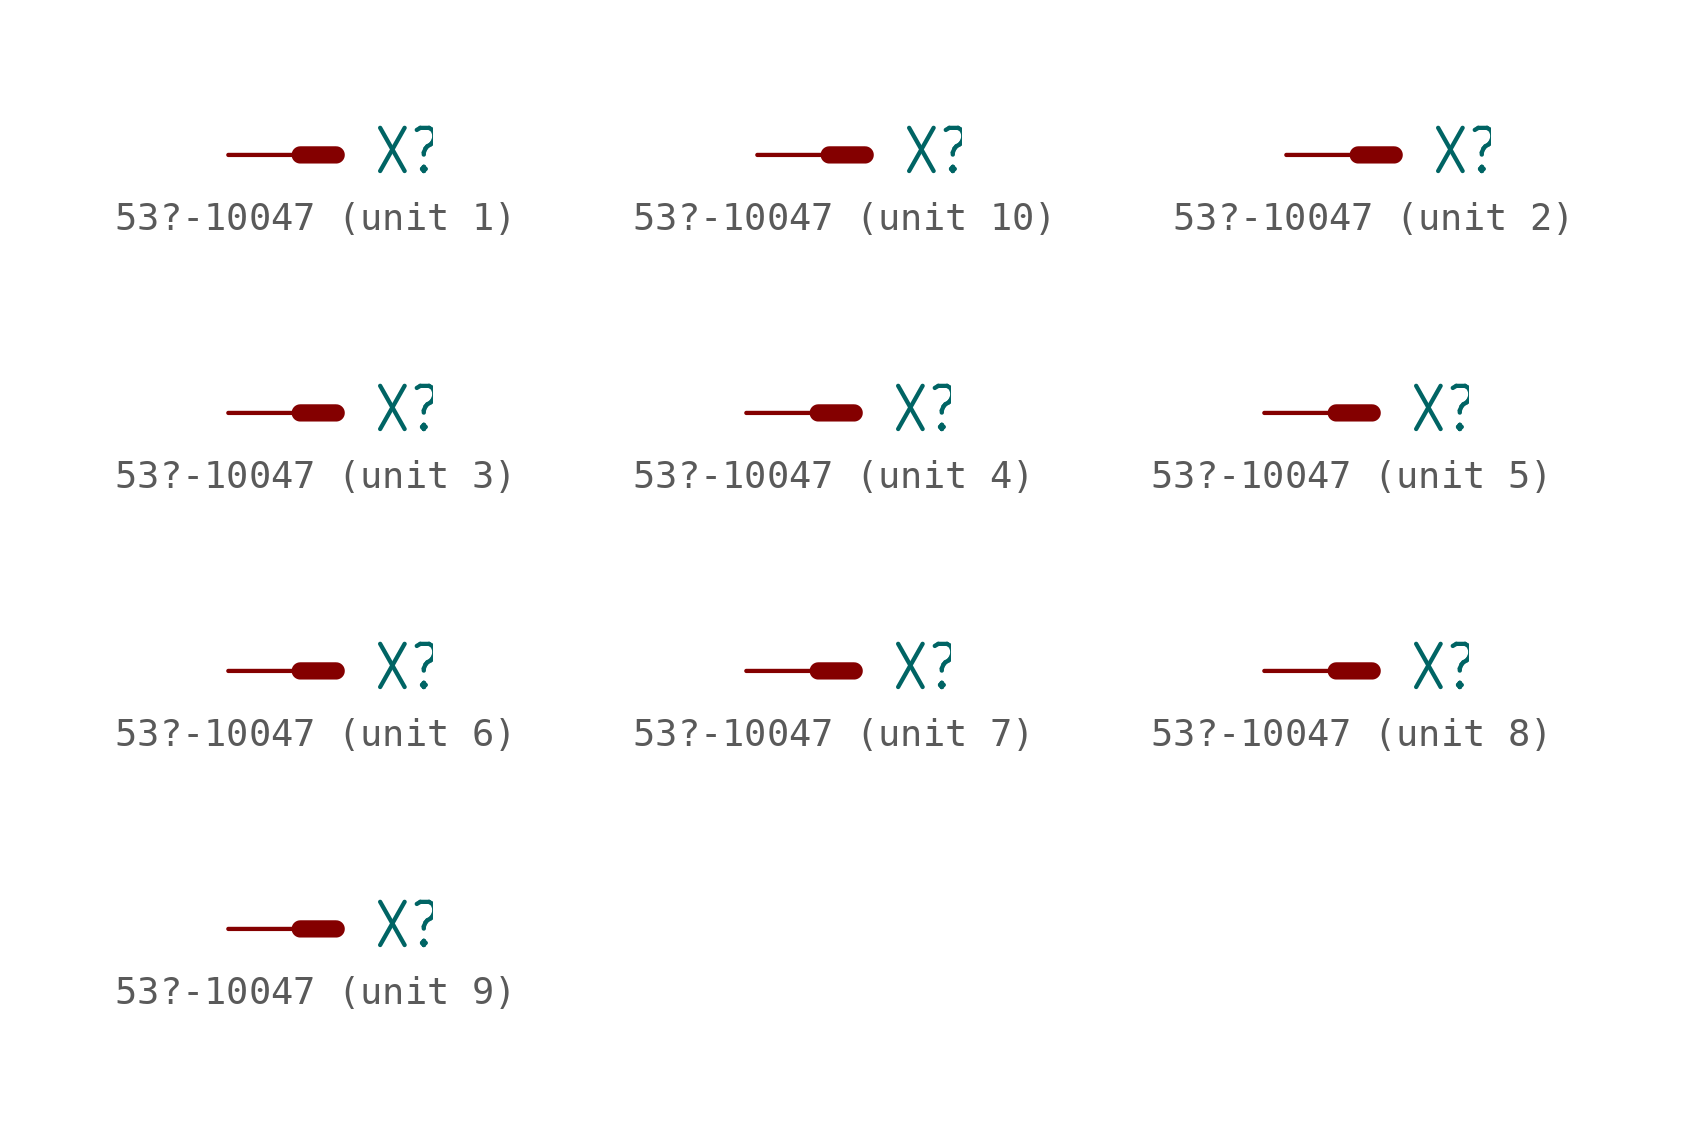
<source format=kicad_sym>
(kicad_symbol_lib
  (version 20211014)
  (generator kicad_symbol_editor)
  (symbol "53?-10047"
    (property "Reference" "X"
      (at 2.54 -0.762 0)
      (effects (font (size 1.524 1.295)) (justify left bottom)))
    (property "ki_locked" ""
      (at 0 0 0)
      (effects (font (size 1.27 1.27))))
    (symbol "53?-10047_1_0"
      (polyline (pts (xy 1.27 0) (xy 0 0)) (stroke (width 0.61) (type default) (color 0 0 0 0)) (fill (type none)))
      (pin passive line (at -2.54 0 0) (length 2.54) (name "S" (effects (font (size 0 0)))) (number "1" (effects (font (size 0 0))))))
    (symbol "53?-10047_2_0"
      (polyline (pts (xy 1.27 0) (xy 0 0)) (stroke (width 0.61) (type default) (color 0 0 0 0)) (fill (type none)))
      (pin passive line (at -2.54 0 0) (length 2.54) (name "S" (effects (font (size 0 0)))) (number "2" (effects (font (size 0 0))))))
    (symbol "53?-10047_3_0"
      (polyline (pts (xy 1.27 0) (xy 0 0)) (stroke (width 0.61) (type default) (color 0 0 0 0)) (fill (type none)))
      (pin passive line (at -2.54 0 0) (length 2.54) (name "S" (effects (font (size 0 0)))) (number "3" (effects (font (size 0 0))))))
    (symbol "53?-10047_4_0"
      (polyline (pts (xy 1.27 0) (xy 0 0)) (stroke (width 0.61) (type default) (color 0 0 0 0)) (fill (type none)))
      (pin passive line (at -2.54 0 0) (length 2.54) (name "S" (effects (font (size 0 0)))) (number "4" (effects (font (size 0 0))))))
    (symbol "53?-10047_5_0"
      (polyline (pts (xy 1.27 0) (xy 0 0)) (stroke (width 0.61) (type default) (color 0 0 0 0)) (fill (type none)))
      (pin passive line (at -2.54 0 0) (length 2.54) (name "S" (effects (font (size 0 0)))) (number "5" (effects (font (size 0 0))))))
    (symbol "53?-10047_6_0"
      (polyline (pts (xy 1.27 0) (xy 0 0)) (stroke (width 0.61) (type default) (color 0 0 0 0)) (fill (type none)))
      (pin passive line (at -2.54 0 0) (length 2.54) (name "S" (effects (font (size 0 0)))) (number "6" (effects (font (size 0 0))))))
    (symbol "53?-10047_7_0"
      (polyline (pts (xy 1.27 0) (xy 0 0)) (stroke (width 0.61) (type default) (color 0 0 0 0)) (fill (type none)))
      (pin passive line (at -2.54 0 0) (length 2.54) (name "S" (effects (font (size 0 0)))) (number "7" (effects (font (size 0 0))))))
    (symbol "53?-10047_8_0"
      (polyline (pts (xy 1.27 0) (xy 0 0)) (stroke (width 0.61) (type default) (color 0 0 0 0)) (fill (type none)))
      (pin passive line (at -2.54 0 0) (length 2.54) (name "S" (effects (font (size 0 0)))) (number "8" (effects (font (size 0 0))))))
    (symbol "53?-10047_9_0"
      (polyline (pts (xy 1.27 0) (xy 0 0)) (stroke (width 0.61) (type default) (color 0 0 0 0)) (fill (type none)))
      (pin passive line (at -2.54 0 0) (length 2.54) (name "S" (effects (font (size 0 0)))) (number "9" (effects (font (size 0 0))))))
    (symbol "53?-10047_10_0"
      (polyline (pts (xy 1.27 0) (xy 0 0)) (stroke (width 0.61) (type default) (color 0 0 0 0)) (fill (type none)))
      (pin passive line (at -2.54 0 0) (length 2.54) (name "S" (effects (font (size 0 0)))) (number "10" (effects (font (size 0 0))))))))
</source>
